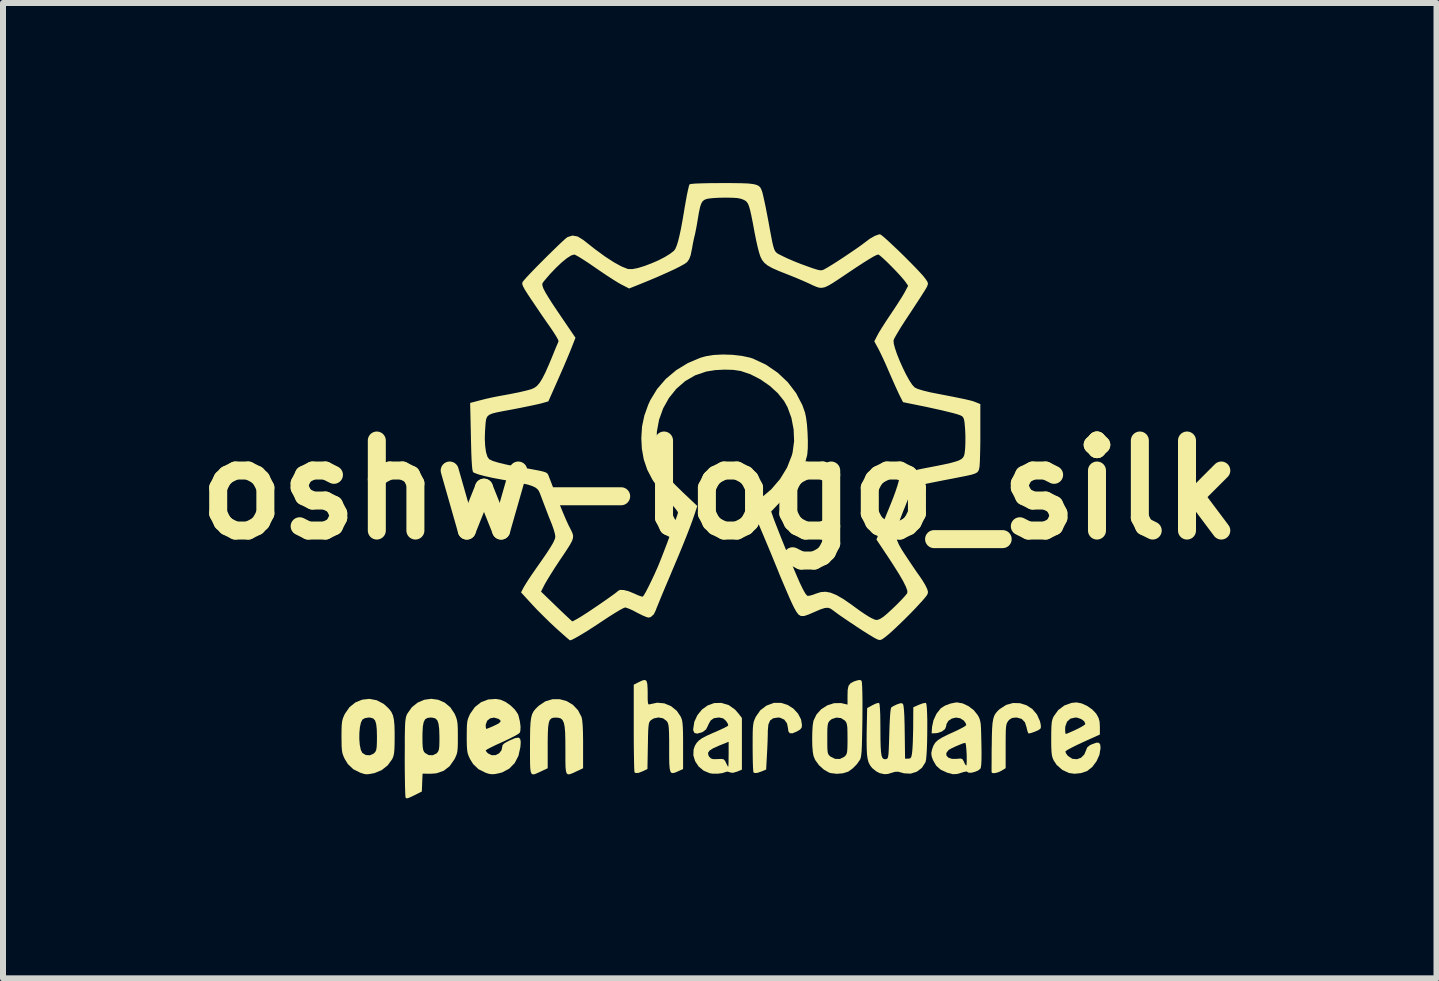
<source format=kicad_pcb>
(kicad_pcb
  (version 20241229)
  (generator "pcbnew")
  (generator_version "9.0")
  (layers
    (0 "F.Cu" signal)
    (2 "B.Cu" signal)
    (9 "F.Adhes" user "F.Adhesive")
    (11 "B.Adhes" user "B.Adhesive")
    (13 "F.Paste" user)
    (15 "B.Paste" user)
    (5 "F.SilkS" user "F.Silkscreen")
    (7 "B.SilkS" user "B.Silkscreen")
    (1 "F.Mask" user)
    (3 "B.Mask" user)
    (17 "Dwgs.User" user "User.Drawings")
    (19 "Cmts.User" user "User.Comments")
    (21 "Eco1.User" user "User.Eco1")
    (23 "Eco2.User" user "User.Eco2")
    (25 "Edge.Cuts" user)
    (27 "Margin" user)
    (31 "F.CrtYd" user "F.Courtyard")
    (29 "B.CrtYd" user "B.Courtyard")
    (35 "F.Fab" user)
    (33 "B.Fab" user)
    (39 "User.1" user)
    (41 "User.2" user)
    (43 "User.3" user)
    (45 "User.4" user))
  (footprint "oshw-logo_silk"
    (layer "F.Cu")
    (at 8.943 5.112)
    (property "Reference" "oshw-logo_silk" (at 0 0 0) (layer "F.SilkS") (effects (font (size 1.5 1.5) (thickness 0.3))))
    (attr board_only exclude_from_pos_files exclude_from_bom)
    (fp_poly (pts (xy 1.023 3.55) (xy 1.131 3.584) (xy 1.228 3.646) (xy 1.305 3.73) (xy 1.355 3.827) (xy 1.37 3.92) (xy 1.364 3.963) (xy 1.337 3.996) (xy 1.284 4.027) (xy 1.212 4.057) (xy 1.166 4.055) (xy 1.143 4.023) (xy 1.138 3.977) (xy 1.121 3.892) (xy 1.075 3.829) (xy 1.005 3.797) (xy 0.972 3.794) (xy 0.892 3.806) (xy 0.839 3.843) (xy 0.81 3.911) (xy 0.801 4.012) (xy 0.801 4.013) (xy 0.8 4.089) (xy 0.797 4.192) (xy 0.792 4.308) (xy 0.787 4.403) (xy 0.773 4.661) (xy 0.7 4.691) (xy 0.628 4.716) (xy 0.583 4.719) (xy 0.562 4.708) (xy 0.558 4.683) (xy 0.554 4.623) (xy 0.551 4.535) (xy 0.549 4.424) (xy 0.548 4.298) (xy 0.548 4.29) (xy 0.548 4.15) (xy 0.549 4.044) (xy 0.552 3.966) (xy 0.558 3.909) (xy 0.566 3.866) (xy 0.579 3.829) (xy 0.596 3.791) (xy 0.603 3.777) (xy 0.677 3.672) (xy 0.779 3.595) (xy 0.898 3.551) (xy 0.911 3.549)) (stroke (width 0) (type solid)) (fill yes) (layer "F.SilkS"))
    (fp_poly (pts (xy 5.002 3.555) (xy 5.111 3.589) (xy 5.208 3.652) (xy 5.285 3.742) (xy 5.336 3.856) (xy 5.347 3.906) (xy 5.352 3.952) (xy 5.343 3.98) (xy 5.311 4.003) (xy 5.26 4.026) (xy 5.2 4.048) (xy 5.157 4.059) (xy 5.144 4.058) (xy 5.131 4.033) (xy 5.117 3.982) (xy 5.114 3.963) (xy 5.085 3.873) (xy 5.032 3.818) (xy 4.953 3.795) (xy 4.934 3.794) (xy 4.868 3.802) (xy 4.822 3.833) (xy 4.808 3.85) (xy 4.792 3.873) (xy 4.78 3.9) (xy 4.772 3.938) (xy 4.767 3.994) (xy 4.765 4.074) (xy 4.764 4.186) (xy 4.764 4.272) (xy 4.764 4.638) (xy 4.695 4.68) (xy 4.638 4.707) (xy 4.582 4.721) (xy 4.542 4.719) (xy 4.53 4.706) (xy 4.529 4.681) (xy 4.529 4.62) (xy 4.53 4.531) (xy 4.53 4.419) (xy 4.531 4.292) (xy 4.532 4.268) (xy 4.534 4.108) (xy 4.538 3.984) (xy 4.545 3.889) (xy 4.557 3.818) (xy 4.574 3.764) (xy 4.599 3.721) (xy 4.632 3.683) (xy 4.666 3.652) (xy 4.772 3.584) (xy 4.886 3.552)) (stroke (width 0) (type solid)) (fill yes) (layer "F.SilkS"))
    (fp_poly (pts (xy -2.551 3.52) (xy -2.447 3.582) (xy -2.361 3.673) (xy -2.301 3.789) (xy -2.301 3.792) (xy -2.292 3.841) (xy -2.284 3.927) (xy -2.279 4.042) (xy -2.277 4.182) (xy -2.277 4.252) (xy -2.277 4.639) (xy -2.387 4.691) (xy -2.449 4.72) (xy -2.496 4.738) (xy -2.529 4.741) (xy -2.55 4.725) (xy -2.563 4.685) (xy -2.57 4.617) (xy -2.572 4.516) (xy -2.572 4.378) (xy -2.572 4.344) (xy -2.573 4.177) (xy -2.576 4.047) (xy -2.584 3.95) (xy -2.598 3.882) (xy -2.619 3.837) (xy -2.648 3.81) (xy -2.687 3.798) (xy -2.734 3.795) (xy -2.777 3.798) (xy -2.81 3.811) (xy -2.834 3.839) (xy -2.85 3.887) (xy -2.86 3.96) (xy -2.865 4.063) (xy -2.867 4.202) (xy -2.867 4.264) (xy -2.867 4.639) (xy -2.977 4.691) (xy -3.036 4.718) (xy -3.081 4.737) (xy -3.113 4.742) (xy -3.136 4.73) (xy -3.15 4.696) (xy -3.158 4.636) (xy -3.161 4.546) (xy -3.162 4.422) (xy -3.162 4.277) (xy -3.161 4.11) (xy -3.159 3.979) (xy -3.153 3.878) (xy -3.143 3.801) (xy -3.128 3.742) (xy -3.105 3.695) (xy -3.073 3.654) (xy -3.032 3.613) (xy -3.013 3.596) (xy -2.906 3.524) (xy -2.788 3.489) (xy -2.668 3.488)) (stroke (width 0) (type solid)) (fill yes) (layer "F.SilkS"))
    (fp_poly (pts (xy -1.22 3.186) (xy -1.207 3.234) (xy -1.202 3.317) (xy -1.201 3.385) (xy -1.201 3.478) (xy -1.198 3.537) (xy -1.192 3.567) (xy -1.18 3.577) (xy -1.165 3.573) (xy -1.043 3.547) (xy -0.923 3.558) (xy -0.811 3.605) (xy -0.715 3.683) (xy -0.653 3.775) (xy -0.638 3.808) (xy -0.627 3.845) (xy -0.62 3.893) (xy -0.615 3.959) (xy -0.612 4.05) (xy -0.611 4.173) (xy -0.611 4.254) (xy -0.611 4.652) (xy -0.694 4.69) (xy -0.743 4.711) (xy -0.78 4.72) (xy -0.807 4.715) (xy -0.824 4.689) (xy -0.835 4.639) (xy -0.841 4.56) (xy -0.843 4.448) (xy -0.843 4.304) (xy -0.843 4.164) (xy -0.845 4.059) (xy -0.848 3.984) (xy -0.853 3.932) (xy -0.861 3.896) (xy -0.872 3.871) (xy -0.887 3.85) (xy -0.945 3.807) (xy -1.02 3.793) (xy -1.097 3.808) (xy -1.141 3.834) (xy -1.159 3.85) (xy -1.172 3.869) (xy -1.181 3.897) (xy -1.187 3.94) (xy -1.192 4.005) (xy -1.195 4.099) (xy -1.197 4.226) (xy -1.198 4.263) (xy -1.205 4.652) (xy -1.278 4.687) (xy -1.352 4.716) (xy -1.4 4.719) (xy -1.419 4.708) (xy -1.423 4.684) (xy -1.426 4.623) (xy -1.428 4.53) (xy -1.43 4.409) (xy -1.432 4.267) (xy -1.433 4.106) (xy -1.433 3.97) (xy -1.433 3.247) (xy -1.347 3.203) (xy -1.286 3.175) (xy -1.245 3.168)) (stroke (width 0) (type solid)) (fill yes) (layer "F.SilkS"))
    (fp_poly (pts (xy -5.716 3.506) (xy -5.603 3.565) (xy -5.566 3.596) (xy -5.511 3.649) (xy -5.472 3.7) (xy -5.445 3.759) (xy -5.429 3.832) (xy -5.42 3.928) (xy -5.417 4.055) (xy -5.417 4.109) (xy -5.418 4.233) (xy -5.421 4.323) (xy -5.427 4.388) (xy -5.437 4.436) (xy -5.452 4.475) (xy -5.459 4.489) (xy -5.533 4.591) (xy -5.634 4.671) (xy -5.75 4.719) (xy -5.759 4.721) (xy -5.833 4.735) (xy -5.883 4.74) (xy -5.926 4.734) (xy -5.979 4.717) (xy -5.989 4.714) (xy -6.107 4.655) (xy -6.196 4.57) (xy -6.248 4.486) (xy -6.271 4.436) (xy -6.287 4.39) (xy -6.296 4.337) (xy -6.301 4.268) (xy -6.302 4.172) (xy -6.302 4.153) (xy -6.006 4.153) (xy -5.998 4.251) (xy -5.981 4.332) (xy -5.956 4.383) (xy -5.955 4.384) (xy -5.898 4.419) (xy -5.829 4.423) (xy -5.765 4.394) (xy -5.755 4.384) (xy -5.736 4.361) (xy -5.723 4.329) (xy -5.716 4.28) (xy -5.713 4.206) (xy -5.712 4.115) (xy -5.715 3.99) (xy -5.725 3.901) (xy -5.743 3.843) (xy -5.774 3.81) (xy -5.819 3.796) (xy -5.849 3.794) (xy -5.908 3.803) (xy -5.951 3.825) (xy -5.952 3.826) (xy -5.978 3.875) (xy -5.996 3.954) (xy -6.005 4.05) (xy -6.006 4.153) (xy -6.302 4.153) (xy -6.303 4.11) (xy -6.302 3.997) (xy -6.299 3.916) (xy -6.292 3.857) (xy -6.28 3.809) (xy -6.261 3.763) (xy -6.245 3.73) (xy -6.168 3.62) (xy -6.07 3.542) (xy -5.957 3.496) (xy -5.837 3.483)) (stroke (width 0) (type solid)) (fill yes) (layer "F.SilkS"))
    (fp_poly (pts (xy -4.692 3.498) (xy -4.584 3.545) (xy -4.489 3.624) (xy -4.416 3.734) (xy -4.414 3.739) (xy -4.393 3.79) (xy -4.378 3.839) (xy -4.369 3.897) (xy -4.365 3.974) (xy -4.364 4.081) (xy -4.364 4.113) (xy -4.364 4.226) (xy -4.367 4.306) (xy -4.373 4.365) (xy -4.385 4.411) (xy -4.404 4.456) (xy -4.422 4.492) (xy -4.502 4.606) (xy -4.602 4.683) (xy -4.724 4.724) (xy -4.819 4.731) (xy -4.952 4.729) (xy -4.958 4.878) (xy -4.964 5.027) (xy -5.08 5.085) (xy -5.15 5.119) (xy -5.192 5.136) (xy -5.215 5.141) (xy -5.229 5.134) (xy -5.235 5.129) (xy -5.238 5.105) (xy -5.241 5.045) (xy -5.244 4.952) (xy -5.246 4.833) (xy -5.248 4.693) (xy -5.249 4.537) (xy -5.249 4.464) (xy -5.248 4.28) (xy -5.248 4.133) (xy -5.248 4.115) (xy -4.954 4.115) (xy -4.953 4.218) (xy -4.949 4.288) (xy -4.941 4.334) (xy -4.928 4.364) (xy -4.911 4.384) (xy -4.85 4.42) (xy -4.78 4.422) (xy -4.719 4.392) (xy -4.709 4.382) (xy -4.691 4.357) (xy -4.679 4.323) (xy -4.673 4.271) (xy -4.671 4.193) (xy -4.671 4.108) (xy -4.675 3.985) (xy -4.686 3.898) (xy -4.706 3.841) (xy -4.739 3.809) (xy -4.787 3.796) (xy -4.819 3.794) (xy -4.871 3.801) (xy -4.909 3.823) (xy -4.933 3.869) (xy -4.947 3.941) (xy -4.953 4.048) (xy -4.954 4.115) (xy -5.248 4.115) (xy -5.246 4.018) (xy -5.244 3.93) (xy -5.24 3.865) (xy -5.234 3.817) (xy -5.227 3.782) (xy -5.218 3.754) (xy -5.208 3.733) (xy -5.131 3.623) (xy -5.034 3.545) (xy -4.924 3.498) (xy -4.808 3.482)) (stroke (width 0) (type solid)) (fill yes) (layer "F.SilkS"))
    (fp_poly (pts (xy 6.028 3.558) (xy 6.121 3.6) (xy 6.207 3.66) (xy 6.272 3.728) (xy 6.275 3.733) (xy 6.311 3.798) (xy 6.329 3.861) (xy 6.334 3.944) (xy 6.334 3.95) (xy 6.334 4.077) (xy 6.051 4.205) (xy 5.951 4.252) (xy 5.865 4.295) (xy 5.8 4.33) (xy 5.765 4.353) (xy 5.76 4.358) (xy 5.768 4.388) (xy 5.798 4.43) (xy 5.805 4.436) (xy 5.874 4.481) (xy 5.949 4.489) (xy 6.019 4.465) (xy 6.074 4.41) (xy 6.103 4.341) (xy 6.123 4.292) (xy 6.165 4.257) (xy 6.205 4.238) (xy 6.276 4.213) (xy 6.319 4.215) (xy 6.34 4.247) (xy 6.345 4.303) (xy 6.327 4.414) (xy 6.278 4.523) (xy 6.207 4.618) (xy 6.121 4.686) (xy 6.116 4.688) (xy 6.019 4.72) (xy 5.911 4.731) (xy 5.818 4.718) (xy 5.707 4.666) (xy 5.614 4.584) (xy 5.565 4.51) (xy 5.547 4.47) (xy 5.535 4.425) (xy 5.528 4.366) (xy 5.524 4.283) (xy 5.523 4.17) (xy 5.523 4.142) (xy 5.524 4.02) (xy 5.525 3.987) (xy 5.755 3.987) (xy 5.757 4.039) (xy 5.764 4.067) (xy 5.766 4.068) (xy 5.79 4.06) (xy 5.842 4.038) (xy 5.912 4.007) (xy 5.935 3.996) (xy 6.007 3.96) (xy 6.062 3.928) (xy 6.09 3.905) (xy 6.092 3.901) (xy 6.073 3.857) (xy 6.024 3.82) (xy 5.959 3.797) (xy 5.925 3.794) (xy 5.844 3.812) (xy 5.787 3.863) (xy 5.758 3.942) (xy 5.755 3.987) (xy 5.525 3.987) (xy 5.527 3.932) (xy 5.533 3.869) (xy 5.544 3.821) (xy 5.561 3.781) (xy 5.564 3.775) (xy 5.64 3.67) (xy 5.742 3.593) (xy 5.863 3.55) (xy 5.944 3.542)) (stroke (width 0) (type solid)) (fill yes) (layer "F.SilkS"))
    (fp_poly (pts (xy -3.65 3.498) (xy -3.569 3.534) (xy -3.486 3.592) (xy -3.414 3.662) (xy -3.365 3.733) (xy -3.354 3.759) (xy -3.33 3.859) (xy -3.319 3.949) (xy -3.323 4.019) (xy -3.335 4.051) (xy -3.364 4.072) (xy -3.423 4.105) (xy -3.505 4.147) (xy -3.602 4.193) (xy -3.631 4.206) (xy -3.728 4.25) (xy -3.809 4.289) (xy -3.868 4.32) (xy -3.897 4.339) (xy -3.9 4.341) (xy -3.886 4.366) (xy -3.861 4.392) (xy -3.8 4.422) (xy -3.735 4.42) (xy -3.676 4.39) (xy -3.636 4.338) (xy -3.626 4.289) (xy -3.62 4.257) (xy -3.596 4.229) (xy -3.547 4.199) (xy -3.495 4.173) (xy -3.41 4.137) (xy -3.355 4.128) (xy -3.326 4.148) (xy -3.316 4.201) (xy -3.322 4.287) (xy -3.354 4.432) (xy -3.417 4.553) (xy -3.508 4.646) (xy -3.622 4.707) (xy -3.668 4.72) (xy -3.745 4.736) (xy -3.8 4.739) (xy -3.85 4.731) (xy -3.902 4.714) (xy -4.02 4.655) (xy -4.109 4.57) (xy -4.161 4.486) (xy -4.184 4.436) (xy -4.2 4.39) (xy -4.209 4.337) (xy -4.214 4.268) (xy -4.216 4.172) (xy -4.216 4.11) (xy -4.215 3.997) (xy -4.213 3.924) (xy -3.9 3.924) (xy -3.897 3.967) (xy -3.89 3.984) (xy -3.867 3.976) (xy -3.817 3.956) (xy -3.763 3.932) (xy -3.689 3.896) (xy -3.654 3.866) (xy -3.655 3.841) (xy -3.687 3.816) (xy -3.761 3.795) (xy -3.827 3.808) (xy -3.876 3.848) (xy -3.899 3.912) (xy -3.9 3.924) (xy -4.213 3.924) (xy -4.212 3.916) (xy -4.206 3.857) (xy -4.193 3.809) (xy -4.174 3.763) (xy -4.158 3.73) (xy -4.08 3.619) (xy -3.978 3.539) (xy -3.859 3.493) (xy -3.73 3.484)) (stroke (width 0) (type solid)) (fill yes) (layer "F.SilkS"))
    (fp_poly (pts (xy 0.026 3.55) (xy 0.15 3.587) (xy 0.254 3.661) (xy 0.308 3.722) (xy 0.369 3.801) (xy 0.369 4.232) (xy 0.369 4.663) (xy 0.287 4.696) (xy 0.222 4.715) (xy 0.178 4.711) (xy 0.17 4.706) (xy 0.126 4.695) (xy 0.104 4.7) (xy 0.044 4.72) (xy -0.037 4.73) (xy -0.121 4.729) (xy -0.166 4.722) (xy -0.269 4.679) (xy -0.352 4.61) (xy -0.41 4.522) (xy -0.44 4.424) (xy -0.438 4.381) (xy -0.195 4.381) (xy -0.19 4.42) (xy -0.176 4.446) (xy -0.149 4.474) (xy -0.113 4.487) (xy -0.053 4.487) (xy -0.034 4.486) (xy 0.03 4.484) (xy 0.066 4.491) (xy 0.088 4.515) (xy 0.104 4.548) (xy 0.126 4.593) (xy 0.14 4.616) (xy 0.141 4.616) (xy 0.144 4.597) (xy 0.146 4.544) (xy 0.147 4.467) (xy 0.148 4.407) (xy 0.148 4.198) (xy -0.011 4.262) (xy -0.109 4.306) (xy -0.169 4.344) (xy -0.195 4.381) (xy -0.438 4.381) (xy -0.436 4.325) (xy -0.413 4.262) (xy -0.384 4.215) (xy -0.346 4.175) (xy -0.293 4.137) (xy -0.216 4.097) (xy -0.107 4.048) (xy -0.082 4.038) (xy 0.005 3.999) (xy 0.078 3.965) (xy 0.126 3.939) (xy 0.142 3.926) (xy 0.135 3.898) (xy 0.108 3.855) (xy 0.104 3.85) (xy 0.058 3.809) (xy -0.003 3.795) (xy -0.019 3.794) (xy -0.097 3.805) (xy -0.151 3.842) (xy -0.19 3.912) (xy -0.196 3.929) (xy -0.228 3.992) (xy -0.278 4.031) (xy -0.302 4.042) (xy -0.375 4.062) (xy -0.421 4.052) (xy -0.441 4.01) (xy -0.443 3.99) (xy -0.424 3.866) (xy -0.373 3.755) (xy -0.297 3.661) (xy -0.201 3.592) (xy -0.092 3.553) (xy 0.024 3.55)) (stroke (width 0) (type solid)) (fill yes) (layer "F.SilkS"))
    (fp_poly (pts (xy 2.352 3.173) (xy 2.364 3.186) (xy 2.369 3.214) (xy 2.373 3.28) (xy 2.376 3.379) (xy 2.378 3.506) (xy 2.378 3.657) (xy 2.377 3.826) (xy 2.374 4.008) (xy 2.371 4.153) (xy 2.368 4.266) (xy 2.364 4.351) (xy 2.358 4.412) (xy 2.351 4.456) (xy 2.342 4.486) (xy 2.335 4.5) (xy 2.283 4.574) (xy 2.213 4.644) (xy 2.142 4.695) (xy 2.14 4.696) (xy 2.053 4.723) (xy 1.949 4.732) (xy 1.851 4.72) (xy 1.823 4.712) (xy 1.736 4.663) (xy 1.654 4.589) (xy 1.59 4.501) (xy 1.562 4.434) (xy 1.55 4.364) (xy 1.542 4.265) (xy 1.54 4.151) (xy 1.54 4.144) (xy 1.792 4.144) (xy 1.792 4.252) (xy 1.794 4.327) (xy 1.799 4.375) (xy 1.809 4.406) (xy 1.825 4.427) (xy 1.847 4.446) (xy 1.923 4.483) (xy 2.003 4.484) (xy 2.073 4.45) (xy 2.08 4.444) (xy 2.101 4.422) (xy 2.115 4.396) (xy 2.123 4.358) (xy 2.127 4.3) (xy 2.129 4.212) (xy 2.129 4.145) (xy 2.128 4.036) (xy 2.126 3.961) (xy 2.119 3.911) (xy 2.109 3.878) (xy 2.092 3.853) (xy 2.083 3.843) (xy 2.019 3.803) (xy 1.943 3.795) (xy 1.869 3.819) (xy 1.84 3.84) (xy 1.82 3.862) (xy 1.806 3.887) (xy 1.798 3.925) (xy 1.793 3.983) (xy 1.792 4.069) (xy 1.792 4.144) (xy 1.54 4.144) (xy 1.542 4.037) (xy 1.548 3.934) (xy 1.56 3.857) (xy 1.562 3.847) (xy 1.612 3.743) (xy 1.691 3.655) (xy 1.792 3.591) (xy 1.904 3.555) (xy 2.018 3.553) (xy 2.039 3.557) (xy 2.129 3.578) (xy 2.129 3.424) (xy 2.132 3.329) (xy 2.146 3.266) (xy 2.177 3.225) (xy 2.229 3.196) (xy 2.268 3.182) (xy 2.322 3.168)) (stroke (width 0) (type solid)) (fill yes) (layer "F.SilkS"))
    (fp_poly (pts (xy 2.656 3.552) (xy 2.663 3.577) (xy 2.669 3.642) (xy 2.674 3.742) (xy 2.676 3.874) (xy 2.677 3.992) (xy 2.678 4.153) (xy 2.681 4.276) (xy 2.687 4.367) (xy 2.696 4.428) (xy 2.711 4.466) (xy 2.731 4.485) (xy 2.758 4.489) (xy 2.773 4.487) (xy 2.787 4.481) (xy 2.798 4.469) (xy 2.806 4.442) (xy 2.812 4.397) (xy 2.816 4.328) (xy 2.82 4.228) (xy 2.824 4.093) (xy 2.825 4.064) (xy 2.829 3.931) (xy 2.835 3.815) (xy 2.841 3.721) (xy 2.849 3.657) (xy 2.856 3.628) (xy 2.856 3.628) (xy 2.888 3.606) (xy 2.941 3.58) (xy 2.954 3.575) (xy 3.008 3.556) (xy 3.039 3.557) (xy 3.054 3.57) (xy 3.062 3.601) (xy 3.07 3.671) (xy 3.076 3.777) (xy 3.08 3.916) (xy 3.082 4.038) (xy 3.088 4.479) (xy 3.141 4.479) (xy 3.171 4.475) (xy 3.189 4.457) (xy 3.2 4.414) (xy 3.207 4.363) (xy 3.212 4.299) (xy 3.217 4.205) (xy 3.22 4.091) (xy 3.223 3.969) (xy 3.223 3.935) (xy 3.225 3.623) (xy 3.32 3.581) (xy 3.379 3.559) (xy 3.424 3.55) (xy 3.436 3.552) (xy 3.444 3.577) (xy 3.451 3.638) (xy 3.455 3.726) (xy 3.458 3.833) (xy 3.458 3.954) (xy 3.457 4.08) (xy 3.455 4.205) (xy 3.451 4.32) (xy 3.445 4.419) (xy 3.438 4.493) (xy 3.429 4.537) (xy 3.428 4.539) (xy 3.368 4.633) (xy 3.283 4.697) (xy 3.181 4.729) (xy 3.072 4.724) (xy 3.037 4.714) (xy 2.972 4.697) (xy 2.919 4.699) (xy 2.872 4.713) (xy 2.802 4.734) (xy 2.745 4.738) (xy 2.68 4.724) (xy 2.663 4.72) (xy 2.608 4.691) (xy 2.549 4.644) (xy 2.533 4.628) (xy 2.504 4.589) (xy 2.481 4.544) (xy 2.465 4.488) (xy 2.454 4.414) (xy 2.449 4.317) (xy 2.447 4.191) (xy 2.448 4.03) (xy 2.449 3.984) (xy 2.456 3.637) (xy 2.545 3.588) (xy 2.601 3.561) (xy 2.644 3.55)) (stroke (width 0) (type solid)) (fill yes) (layer "F.SilkS"))
    (fp_poly (pts (xy 4.046 3.558) (xy 4.144 3.604) (xy 4.232 3.671) (xy 4.295 3.749) (xy 4.316 3.785) (xy 4.331 3.819) (xy 4.341 3.857) (xy 4.349 3.907) (xy 4.353 3.977) (xy 4.356 4.072) (xy 4.359 4.201) (xy 4.36 4.233) (xy 4.362 4.386) (xy 4.361 4.501) (xy 4.357 4.581) (xy 4.349 4.63) (xy 4.341 4.649) (xy 4.304 4.677) (xy 4.249 4.7) (xy 4.192 4.714) (xy 4.148 4.714) (xy 4.134 4.705) (xy 4.112 4.693) (xy 4.064 4.702) (xy 4.036 4.711) (xy 3.953 4.735) (xy 3.883 4.738) (xy 3.806 4.718) (xy 3.785 4.711) (xy 3.68 4.662) (xy 3.607 4.597) (xy 3.555 4.507) (xy 3.553 4.504) (xy 3.53 4.438) (xy 3.525 4.386) (xy 3.525 4.385) (xy 3.775 4.385) (xy 3.777 4.428) (xy 3.81 4.463) (xy 3.87 4.483) (xy 3.95 4.483) (xy 3.953 4.482) (xy 4.01 4.477) (xy 4.042 4.486) (xy 4.062 4.516) (xy 4.069 4.533) (xy 4.09 4.576) (xy 4.107 4.595) (xy 4.108 4.595) (xy 4.113 4.576) (xy 4.115 4.524) (xy 4.115 4.448) (xy 4.114 4.406) (xy 4.109 4.322) (xy 4.103 4.257) (xy 4.095 4.221) (xy 4.091 4.216) (xy 4.055 4.224) (xy 3.997 4.247) (xy 3.928 4.276) (xy 3.864 4.306) (xy 3.819 4.332) (xy 3.81 4.339) (xy 3.775 4.385) (xy 3.525 4.385) (xy 3.537 4.329) (xy 3.538 4.324) (xy 3.56 4.263) (xy 3.59 4.214) (xy 3.635 4.171) (xy 3.701 4.129) (xy 3.796 4.081) (xy 3.867 4.049) (xy 3.958 4.007) (xy 4.033 3.969) (xy 4.085 3.939) (xy 4.107 3.921) (xy 4.099 3.89) (xy 4.07 3.849) (xy 4.067 3.845) (xy 4.006 3.806) (xy 3.936 3.795) (xy 3.867 3.811) (xy 3.81 3.849) (xy 3.777 3.905) (xy 3.773 3.937) (xy 3.754 3.986) (xy 3.704 4.026) (xy 3.633 4.051) (xy 3.6 4.055) (xy 3.531 4.058) (xy 3.537 3.952) (xy 3.561 3.84) (xy 3.612 3.73) (xy 3.682 3.642) (xy 3.685 3.639) (xy 3.752 3.596) (xy 3.841 3.562) (xy 3.93 3.544) (xy 3.953 3.542)) (stroke (width 0) (type solid)) (fill yes) (layer "F.SilkS"))
    (fp_poly (pts (xy 0.217 -5.111) (xy 0.359 -5.109) (xy 0.468 -5.105) (xy 0.55 -5.096) (xy 0.608 -5.083) (xy 0.649 -5.064) (xy 0.676 -5.038) (xy 0.694 -5.003) (xy 0.709 -4.96) (xy 0.711 -4.954) (xy 0.724 -4.9) (xy 0.743 -4.814) (xy 0.766 -4.707) (xy 0.789 -4.587) (xy 0.802 -4.521) (xy 0.832 -4.356) (xy 0.856 -4.228) (xy 0.875 -4.13) (xy 0.892 -4.059) (xy 0.908 -4.008) (xy 0.926 -3.973) (xy 0.947 -3.95) (xy 0.973 -3.932) (xy 1.007 -3.915) (xy 1.05 -3.893) (xy 1.128 -3.856) (xy 1.232 -3.811) (xy 1.347 -3.765) (xy 1.437 -3.732) (xy 1.54 -3.695) (xy 1.612 -3.672) (xy 1.661 -3.66) (xy 1.695 -3.658) (xy 1.723 -3.665) (xy 1.748 -3.678) (xy 1.806 -3.711) (xy 1.889 -3.762) (xy 1.989 -3.826) (xy 2.095 -3.896) (xy 2.2 -3.967) (xy 2.295 -4.032) (xy 2.369 -4.085) (xy 2.403 -4.111) (xy 2.499 -4.183) (xy 2.585 -4.232) (xy 2.652 -4.256) (xy 2.669 -4.258) (xy 2.694 -4.244) (xy 2.743 -4.204) (xy 2.811 -4.143) (xy 2.892 -4.067) (xy 2.983 -3.981) (xy 3.077 -3.889) (xy 3.17 -3.796) (xy 3.256 -3.708) (xy 3.331 -3.629) (xy 3.39 -3.564) (xy 3.426 -3.518) (xy 3.427 -3.517) (xy 3.46 -3.468) (xy 3.47 -3.434) (xy 3.459 -3.398) (xy 3.445 -3.369) (xy 3.422 -3.331) (xy 3.38 -3.264) (xy 3.323 -3.175) (xy 3.254 -3.07) (xy 3.179 -2.955) (xy 3.158 -2.924) (xy 3.083 -2.81) (xy 3.015 -2.704) (xy 2.96 -2.612) (xy 2.919 -2.542) (xy 2.898 -2.498) (xy 2.896 -2.491) (xy 2.899 -2.439) (xy 2.92 -2.359) (xy 2.954 -2.259) (xy 2.999 -2.147) (xy 3.05 -2.033) (xy 3.104 -1.923) (xy 3.157 -1.827) (xy 3.206 -1.752) (xy 3.246 -1.708) (xy 3.248 -1.706) (xy 3.3 -1.681) (xy 3.389 -1.654) (xy 3.507 -1.625) (xy 3.578 -1.611) (xy 3.753 -1.577) (xy 3.892 -1.55) (xy 4 -1.528) (xy 4.082 -1.511) (xy 4.143 -1.497) (xy 4.187 -1.486) (xy 4.222 -1.476) (xy 4.25 -1.466) (xy 4.263 -1.461) (xy 4.342 -1.429) (xy 4.342 -0.96) (xy 4.342 -0.817) (xy 4.34 -0.682) (xy 4.337 -0.563) (xy 4.334 -0.468) (xy 4.33 -0.404) (xy 4.329 -0.391) (xy 4.322 -0.349) (xy 4.311 -0.317) (xy 4.291 -0.292) (xy 4.255 -0.272) (xy 4.198 -0.253) (xy 4.114 -0.234) (xy 3.997 -0.211) (xy 3.933 -0.198) (xy 3.745 -0.162) (xy 3.593 -0.132) (xy 3.474 -0.108) (xy 3.384 -0.089) (xy 3.318 -0.073) (xy 3.273 -0.06) (xy 3.243 -0.048) (xy 3.225 -0.036) (xy 3.214 -0.023) (xy 3.206 -0.007) (xy 3.204 -0.003) (xy 3.187 0.036) (xy 3.158 0.106) (xy 3.121 0.197) (xy 3.079 0.303) (xy 3.06 0.348) (xy 3.005 0.491) (xy 2.967 0.603) (xy 2.945 0.694) (xy 2.942 0.771) (xy 2.955 0.842) (xy 2.987 0.916) (xy 3.036 1.002) (xy 3.075 1.062) (xy 3.143 1.165) (xy 3.217 1.275) (xy 3.285 1.375) (xy 3.321 1.425) (xy 3.375 1.504) (xy 3.421 1.58) (xy 3.451 1.64) (xy 3.457 1.655) (xy 3.468 1.691) (xy 3.468 1.721) (xy 3.454 1.753) (xy 3.42 1.797) (xy 3.364 1.862) (xy 3.355 1.871) (xy 3.277 1.956) (xy 3.184 2.053) (xy 3.083 2.154) (xy 2.982 2.252) (xy 2.889 2.34) (xy 2.809 2.411) (xy 2.755 2.455) (xy 2.705 2.491) (xy 2.671 2.503) (xy 2.636 2.496) (xy 2.598 2.478) (xy 2.553 2.453) (xy 2.481 2.409) (xy 2.39 2.352) (xy 2.288 2.285) (xy 2.183 2.215) (xy 2.082 2.147) (xy 1.993 2.086) (xy 1.925 2.036) (xy 1.89 2.01) (xy 1.846 1.979) (xy 1.803 1.965) (xy 1.751 1.969) (xy 1.681 1.991) (xy 1.583 2.033) (xy 1.581 2.034) (xy 1.479 2.078) (xy 1.407 2.102) (xy 1.354 2.103) (xy 1.314 2.08) (xy 1.277 2.032) (xy 1.24 1.966) (xy 1.21 1.906) (xy 1.168 1.814) (xy 1.118 1.698) (xy 1.061 1.565) (xy 1.001 1.423) (xy 0.963 1.328) (xy 0.904 1.184) (xy 0.847 1.045) (xy 0.794 0.918) (xy 0.749 0.811) (xy 0.715 0.73) (xy 0.7 0.696) (xy 0.629 0.526) (xy 0.578 0.373) (xy 0.56 0.303) (xy 0.555 0.268) (xy 0.562 0.241) (xy 0.588 0.211) (xy 0.639 0.171) (xy 0.682 0.14) (xy 0.858 -0.008) (xy 1.006 -0.181) (xy 1.121 -0.37) (xy 1.2 -0.571) (xy 1.214 -0.624) (xy 1.239 -0.81) (xy 1.231 -1.006) (xy 1.194 -1.199) (xy 1.128 -1.379) (xy 1.072 -1.48) (xy 0.968 -1.61) (xy 0.833 -1.733) (xy 0.677 -1.841) (xy 0.511 -1.926) (xy 0.351 -1.98) (xy 0.225 -1.999) (xy 0.077 -2.003) (xy -0.076 -1.995) (xy -0.219 -1.972) (xy -0.225 -1.971) (xy -0.41 -1.908) (xy -0.577 -1.811) (xy -0.723 -1.684) (xy -0.846 -1.531) (xy -0.943 -1.358) (xy -1.011 -1.169) (xy -1.048 -0.968) (xy -1.051 -0.762) (xy -1.022 -0.573) (xy -0.992 -0.462) (xy -0.955 -0.366) (xy -0.906 -0.278) (xy -0.84 -0.189) (xy -0.751 -0.092) (xy -0.635 0.022) (xy -0.625 0.032) (xy -0.374 0.269) (xy -0.422 0.414) (xy -0.456 0.512) (xy -0.498 0.626) (xy -0.55 0.76) (xy -0.613 0.917) (xy -0.689 1.102) (xy -0.781 1.319) (xy -0.842 1.465) (xy -0.9 1.601) (xy -0.953 1.727) (xy -0.998 1.836) (xy -1.033 1.923) (xy -1.057 1.981) (xy -1.064 2.002) (xy -1.098 2.073) (xy -1.147 2.118) (xy -1.186 2.129) (xy -1.224 2.119) (xy -1.285 2.093) (xy -1.36 2.056) (xy -1.381 2.045) (xy -1.457 2.005) (xy -1.524 1.976) (xy -1.57 1.961) (xy -1.577 1.96) (xy -1.607 1.972) (xy -1.666 2.003) (xy -1.747 2.052) (xy -1.844 2.113) (xy -1.946 2.18) (xy -2.083 2.271) (xy -2.207 2.351) (xy -2.316 2.417) (xy -2.403 2.467) (xy -2.465 2.499) (xy -2.495 2.508) (xy -2.513 2.495) (xy -2.557 2.458) (xy -2.619 2.403) (xy -2.695 2.335) (xy -2.722 2.311) (xy -2.825 2.215) (xy -2.938 2.104) (xy -3.047 1.995) (xy -3.126 1.911) (xy -3.311 1.709) (xy -3.27 1.629) (xy -3.242 1.582) (xy -3.196 1.509) (xy -3.138 1.421) (xy -3.073 1.328) (xy -3.066 1.317) (xy -2.964 1.172) (xy -2.885 1.057) (xy -2.827 0.967) (xy -2.785 0.898) (xy -2.759 0.846) (xy -2.744 0.807) (xy -2.74 0.777) (xy -2.74 0.776) (xy -2.748 0.727) (xy -2.769 0.655) (xy -2.798 0.573) (xy -2.802 0.563) (xy -2.843 0.462) (xy -2.886 0.35) (xy -2.919 0.263) (xy -2.95 0.182) (xy -2.977 0.11) (xy -2.996 0.061) (xy -2.996 0.059) (xy -3.014 0.02) (xy -3.038 -0.012) (xy -3.073 -0.039) (xy -3.123 -0.063) (xy -3.194 -0.086) (xy -3.291 -0.108) (xy -3.418 -0.133) (xy -3.581 -0.162) (xy -3.626 -0.17) (xy -3.783 -0.199) (xy -3.916 -0.229) (xy -4.02 -0.257) (xy -4.09 -0.283) (xy -4.106 -0.292) (xy -4.115 -0.308) (xy -4.123 -0.345) (xy -4.129 -0.408) (xy -4.135 -0.5) (xy -4.14 -0.624) (xy -4.144 -0.786) (xy -4.146 -0.852) (xy -3.915 -0.852) (xy -3.909 -0.732) (xy -3.895 -0.63) (xy -3.872 -0.554) (xy -3.844 -0.512) (xy -3.784 -0.482) (xy -3.682 -0.451) (xy -3.539 -0.417) (xy -3.355 -0.382) (xy -3.341 -0.38) (xy -3.191 -0.354) (xy -3.077 -0.333) (xy -2.994 -0.317) (xy -2.937 -0.303) (xy -2.899 -0.29) (xy -2.876 -0.276) (xy -2.863 -0.259) (xy -2.853 -0.238) (xy -2.849 -0.226) (xy -2.832 -0.182) (xy -2.803 -0.108) (xy -2.767 -0.013) (xy -2.725 0.095) (xy -2.708 0.141) (xy -2.66 0.263) (xy -2.608 0.389) (xy -2.559 0.504) (xy -2.517 0.595) (xy -2.509 0.61) (xy -2.478 0.67) (xy -2.456 0.718) (xy -2.444 0.759) (xy -2.445 0.799) (xy -2.459 0.846) (xy -2.489 0.904) (xy -2.537 0.981) (xy -2.603 1.081) (xy -2.678 1.192) (xy -2.747 1.297) (xy -2.812 1.4) (xy -2.868 1.491) (xy -2.909 1.561) (xy -2.92 1.581) (xy -2.978 1.696) (xy -2.721 1.944) (xy -2.636 2.026) (xy -2.562 2.096) (xy -2.504 2.15) (xy -2.467 2.184) (xy -2.456 2.192) (xy -2.434 2.182) (xy -2.388 2.157) (xy -2.336 2.127) (xy -2.275 2.089) (xy -2.196 2.038) (xy -2.105 1.977) (xy -2.009 1.912) (xy -1.915 1.847) (xy -1.83 1.787) (xy -1.76 1.737) (xy -1.713 1.701) (xy -1.696 1.685) (xy -1.662 1.667) (xy -1.6 1.669) (xy -1.52 1.689) (xy -1.43 1.726) (xy -1.425 1.728) (xy -1.359 1.758) (xy -1.307 1.776) (xy -1.282 1.779) (xy -1.263 1.754) (xy -1.23 1.697) (xy -1.188 1.616) (xy -1.14 1.518) (xy -1.089 1.41) (xy -1.04 1.3) (xy -1.038 1.296) (xy -1.008 1.224) (xy -0.97 1.128) (xy -0.927 1.018) (xy -0.881 0.898) (xy -0.836 0.776) (xy -0.792 0.659) (xy -0.754 0.554) (xy -0.724 0.468) (xy -0.703 0.406) (xy -0.696 0.377) (xy -0.696 0.377) (xy -0.709 0.353) (xy -0.745 0.306) (xy -0.798 0.243) (xy -0.845 0.191) (xy -1 0.007) (xy -1.12 -0.166) (xy -1.208 -0.335) (xy -1.266 -0.506) (xy -1.298 -0.685) (xy -1.307 -0.86) (xy -1.295 -1.055) (xy -1.257 -1.236) (xy -1.191 -1.42) (xy -1.156 -1.496) (xy -1.044 -1.68) (xy -0.899 -1.848) (xy -0.725 -1.994) (xy -0.531 -2.113) (xy -0.321 -2.201) (xy -0.233 -2.226) (xy -0.103 -2.247) (xy 0.05 -2.255) (xy 0.212 -2.25) (xy 0.368 -2.232) (xy 0.504 -2.203) (xy 0.553 -2.187) (xy 0.769 -2.086) (xy 0.964 -1.953) (xy 1.133 -1.794) (xy 1.272 -1.612) (xy 1.377 -1.411) (xy 1.421 -1.286) (xy 1.439 -1.199) (xy 1.454 -1.084) (xy 1.463 -0.952) (xy 1.468 -0.819) (xy 1.467 -0.695) (xy 1.459 -0.596) (xy 1.455 -0.571) (xy 1.406 -0.394) (xy 1.328 -0.22) (xy 1.216 -0.045) (xy 1.068 0.136) (xy 1.016 0.193) (xy 0.857 0.361) (xy 0.895 0.471) (xy 0.924 0.548) (xy 0.966 0.655) (xy 1.017 0.785) (xy 1.075 0.929) (xy 1.135 1.078) (xy 1.196 1.224) (xy 1.252 1.36) (xy 1.302 1.476) (xy 1.334 1.549) (xy 1.383 1.651) (xy 1.424 1.724) (xy 1.455 1.762) (xy 1.464 1.767) (xy 1.503 1.763) (xy 1.563 1.745) (xy 1.604 1.729) (xy 1.684 1.704) (xy 1.764 1.698) (xy 1.849 1.714) (xy 1.946 1.754) (xy 2.059 1.819) (xy 2.194 1.912) (xy 2.245 1.95) (xy 2.332 2.013) (xy 2.417 2.071) (xy 2.489 2.116) (xy 2.525 2.136) (xy 2.581 2.162) (xy 2.617 2.169) (xy 2.653 2.159) (xy 2.692 2.139) (xy 2.735 2.109) (xy 2.797 2.056) (xy 2.871 1.988) (xy 2.949 1.913) (xy 3.021 1.84) (xy 3.081 1.775) (xy 3.119 1.729) (xy 3.124 1.72) (xy 3.126 1.682) (xy 3.103 1.617) (xy 3.056 1.522) (xy 2.984 1.398) (xy 2.886 1.243) (xy 2.811 1.128) (xy 2.611 0.828) (xy 2.685 0.64) (xy 2.726 0.539) (xy 2.775 0.417) (xy 2.826 0.293) (xy 2.855 0.221) (xy 2.896 0.117) (xy 2.933 0.014) (xy 2.962 -0.074) (xy 2.976 -0.124) (xy 2.994 -0.192) (xy 3.016 -0.232) (xy 3.053 -0.26) (xy 3.087 -0.276) (xy 3.144 -0.296) (xy 3.229 -0.319) (xy 3.33 -0.343) (xy 3.404 -0.358) (xy 3.586 -0.393) (xy 3.731 -0.422) (xy 3.843 -0.447) (xy 3.927 -0.47) (xy 3.987 -0.491) (xy 4.027 -0.513) (xy 4.053 -0.537) (xy 4.069 -0.565) (xy 4.078 -0.6) (xy 4.081 -0.615) (xy 4.089 -0.69) (xy 4.093 -0.792) (xy 4.093 -0.906) (xy 4.088 -1.017) (xy 4.08 -1.111) (xy 4.073 -1.159) (xy 4.062 -1.196) (xy 4.045 -1.221) (xy 4.013 -1.24) (xy 3.955 -1.26) (xy 3.888 -1.279) (xy 3.807 -1.299) (xy 3.696 -1.326) (xy 3.569 -1.354) (xy 3.437 -1.383) (xy 3.387 -1.393) (xy 3.054 -1.461) (xy 2.994 -1.579) (xy 2.964 -1.643) (xy 2.922 -1.735) (xy 2.874 -1.843) (xy 2.825 -1.955) (xy 2.818 -1.971) (xy 2.77 -2.082) (xy 2.721 -2.19) (xy 2.676 -2.284) (xy 2.642 -2.352) (xy 2.638 -2.359) (xy 2.575 -2.474) (xy 2.624 -2.57) (xy 2.653 -2.623) (xy 2.701 -2.701) (xy 2.761 -2.795) (xy 2.828 -2.896) (xy 2.851 -2.93) (xy 2.919 -3.032) (xy 2.983 -3.131) (xy 3.038 -3.218) (xy 3.076 -3.282) (xy 3.084 -3.297) (xy 3.139 -3.4) (xy 3.094 -3.466) (xy 3.057 -3.512) (xy 3.002 -3.575) (xy 2.935 -3.647) (xy 2.862 -3.722) (xy 2.791 -3.793) (xy 2.726 -3.854) (xy 2.676 -3.898) (xy 2.646 -3.92) (xy 2.642 -3.921) (xy 2.614 -3.913) (xy 2.565 -3.889) (xy 2.492 -3.846) (xy 2.393 -3.784) (xy 2.264 -3.7) (xy 2.118 -3.602) (xy 1.99 -3.516) (xy 1.891 -3.451) (xy 1.814 -3.405) (xy 1.754 -3.377) (xy 1.704 -3.366) (xy 1.657 -3.368) (xy 1.607 -3.384) (xy 1.548 -3.409) (xy 1.501 -3.432) (xy 1.392 -3.481) (xy 1.267 -3.534) (xy 1.148 -3.582) (xy 1.12 -3.593) (xy 0.981 -3.648) (xy 0.875 -3.695) (xy 0.798 -3.738) (xy 0.744 -3.782) (xy 0.706 -3.829) (xy 0.678 -3.885) (xy 0.674 -3.896) (xy 0.654 -3.959) (xy 0.63 -4.052) (xy 0.605 -4.164) (xy 0.582 -4.28) (xy 0.579 -4.296) (xy 0.55 -4.452) (xy 0.526 -4.572) (xy 0.506 -4.661) (xy 0.488 -4.724) (xy 0.47 -4.768) (xy 0.45 -4.797) (xy 0.427 -4.817) (xy 0.4 -4.832) (xy 0.353 -4.85) (xy 0.292 -4.862) (xy 0.207 -4.867) (xy 0.095 -4.869) (xy -0.009 -4.867) (xy -0.105 -4.862) (xy -0.18 -4.854) (xy -0.214 -4.848) (xy -0.254 -4.833) (xy -0.285 -4.809) (xy -0.308 -4.771) (xy -0.328 -4.711) (xy -0.347 -4.622) (xy -0.368 -4.498) (xy -0.369 -4.492) (xy -0.385 -4.397) (xy -0.402 -4.31) (xy -0.415 -4.246) (xy -0.421 -4.226) (xy -0.433 -4.174) (xy -0.449 -4.096) (xy -0.464 -4.01) (xy -0.465 -4.008) (xy -0.484 -3.912) (xy -0.509 -3.845) (xy -0.543 -3.796) (xy -0.545 -3.794) (xy -0.585 -3.765) (xy -0.659 -3.724) (xy -0.762 -3.672) (xy -0.891 -3.613) (xy -1.04 -3.547) (xy -1.204 -3.478) (xy -1.379 -3.407) (xy -1.404 -3.397) (xy -1.51 -3.355) (xy -1.635 -3.419) (xy -1.694 -3.452) (xy -1.779 -3.505) (xy -1.881 -3.571) (xy -1.991 -3.645) (xy -2.074 -3.702) (xy -2.176 -3.772) (xy -2.269 -3.833) (xy -2.346 -3.881) (xy -2.4 -3.911) (xy -2.425 -3.921) (xy -2.476 -3.905) (xy -2.547 -3.86) (xy -2.632 -3.791) (xy -2.726 -3.702) (xy -2.824 -3.6) (xy -2.92 -3.488) (xy -2.948 -3.452) (xy -2.957 -3.431) (xy -2.954 -3.4) (xy -2.939 -3.356) (xy -2.908 -3.295) (xy -2.859 -3.213) (xy -2.792 -3.107) (xy -2.703 -2.974) (xy -2.621 -2.853) (xy -2.404 -2.534) (xy -2.473 -2.358) (xy -2.505 -2.279) (xy -2.55 -2.172) (xy -2.603 -2.047) (xy -2.66 -1.917) (xy -2.699 -1.828) (xy -2.856 -1.474) (xy -2.961 -1.444) (xy -3.016 -1.43) (xy -3.103 -1.411) (xy -3.214 -1.388) (xy -3.341 -1.362) (xy -3.471 -1.337) (xy -3.612 -1.311) (xy -3.718 -1.29) (xy -3.793 -1.271) (xy -3.844 -1.248) (xy -3.875 -1.219) (xy -3.893 -1.177) (xy -3.901 -1.12) (xy -3.907 -1.041) (xy -3.911 -0.98) (xy -3.915 -0.852) (xy -4.146 -0.852) (xy -4.146 -0.879) (xy -4.159 -1.448) (xy -3.992 -1.492) (xy -3.89 -1.518) (xy -3.781 -1.542) (xy -3.69 -1.56) (xy -3.689 -1.56) (xy -3.499 -1.595) (xy -3.338 -1.627) (xy -3.212 -1.657) (xy -3.14 -1.677) (xy -3.09 -1.699) (xy -3.045 -1.732) (xy -3.001 -1.783) (xy -2.956 -1.856) (xy -2.905 -1.956) (xy -2.847 -2.088) (xy -2.803 -2.192) (xy -2.763 -2.291) (xy -2.728 -2.376) (xy -2.701 -2.439) (xy -2.687 -2.474) (xy -2.686 -2.477) (xy -2.694 -2.501) (xy -2.722 -2.552) (xy -2.766 -2.622) (xy -2.817 -2.698) (xy -2.884 -2.794) (xy -2.965 -2.911) (xy -3.049 -3.035) (xy -3.127 -3.151) (xy -3.133 -3.159) (xy -3.201 -3.262) (xy -3.248 -3.336) (xy -3.276 -3.388) (xy -3.29 -3.423) (xy -3.29 -3.449) (xy -3.284 -3.465) (xy -3.261 -3.494) (xy -3.214 -3.547) (xy -3.146 -3.619) (xy -3.064 -3.704) (xy -2.973 -3.796) (xy -2.878 -3.891) (xy -2.785 -3.982) (xy -2.699 -4.066) (xy -2.626 -4.135) (xy -2.57 -4.186) (xy -2.537 -4.211) (xy -2.536 -4.212) (xy -2.452 -4.237) (xy -2.366 -4.221) (xy -2.274 -4.164) (xy -2.273 -4.163) (xy -2.084 -4.014) (xy -1.915 -3.89) (xy -1.766 -3.793) (xy -1.641 -3.724) (xy -1.542 -3.684) (xy -1.522 -3.679) (xy -1.456 -3.678) (xy -1.364 -3.696) (xy -1.256 -3.729) (xy -1.14 -3.773) (xy -1.024 -3.823) (xy -0.917 -3.878) (xy -0.828 -3.933) (xy -0.764 -3.983) (xy -0.74 -4.015) (xy -0.717 -4.07) (xy -0.695 -4.139) (xy -0.673 -4.228) (xy -0.648 -4.342) (xy -0.621 -4.488) (xy -0.59 -4.669) (xy -0.589 -4.68) (xy -0.567 -4.804) (xy -0.547 -4.914) (xy -0.528 -5.003) (xy -0.513 -5.064) (xy -0.503 -5.091) (xy -0.476 -5.097) (xy -0.409 -5.103) (xy -0.308 -5.107) (xy -0.175 -5.11) (xy -0.014 -5.111) (xy 0.038 -5.112)) (stroke (width 0) (type solid)) (fill yes) (layer "F.SilkS")))
  (gr_rect
    (start -3 -3)
    (end 20.886 13.252)
    (stroke (width 0.1) (type default))
    (fill no)
    (layer "Edge.Cuts")))
</source>
